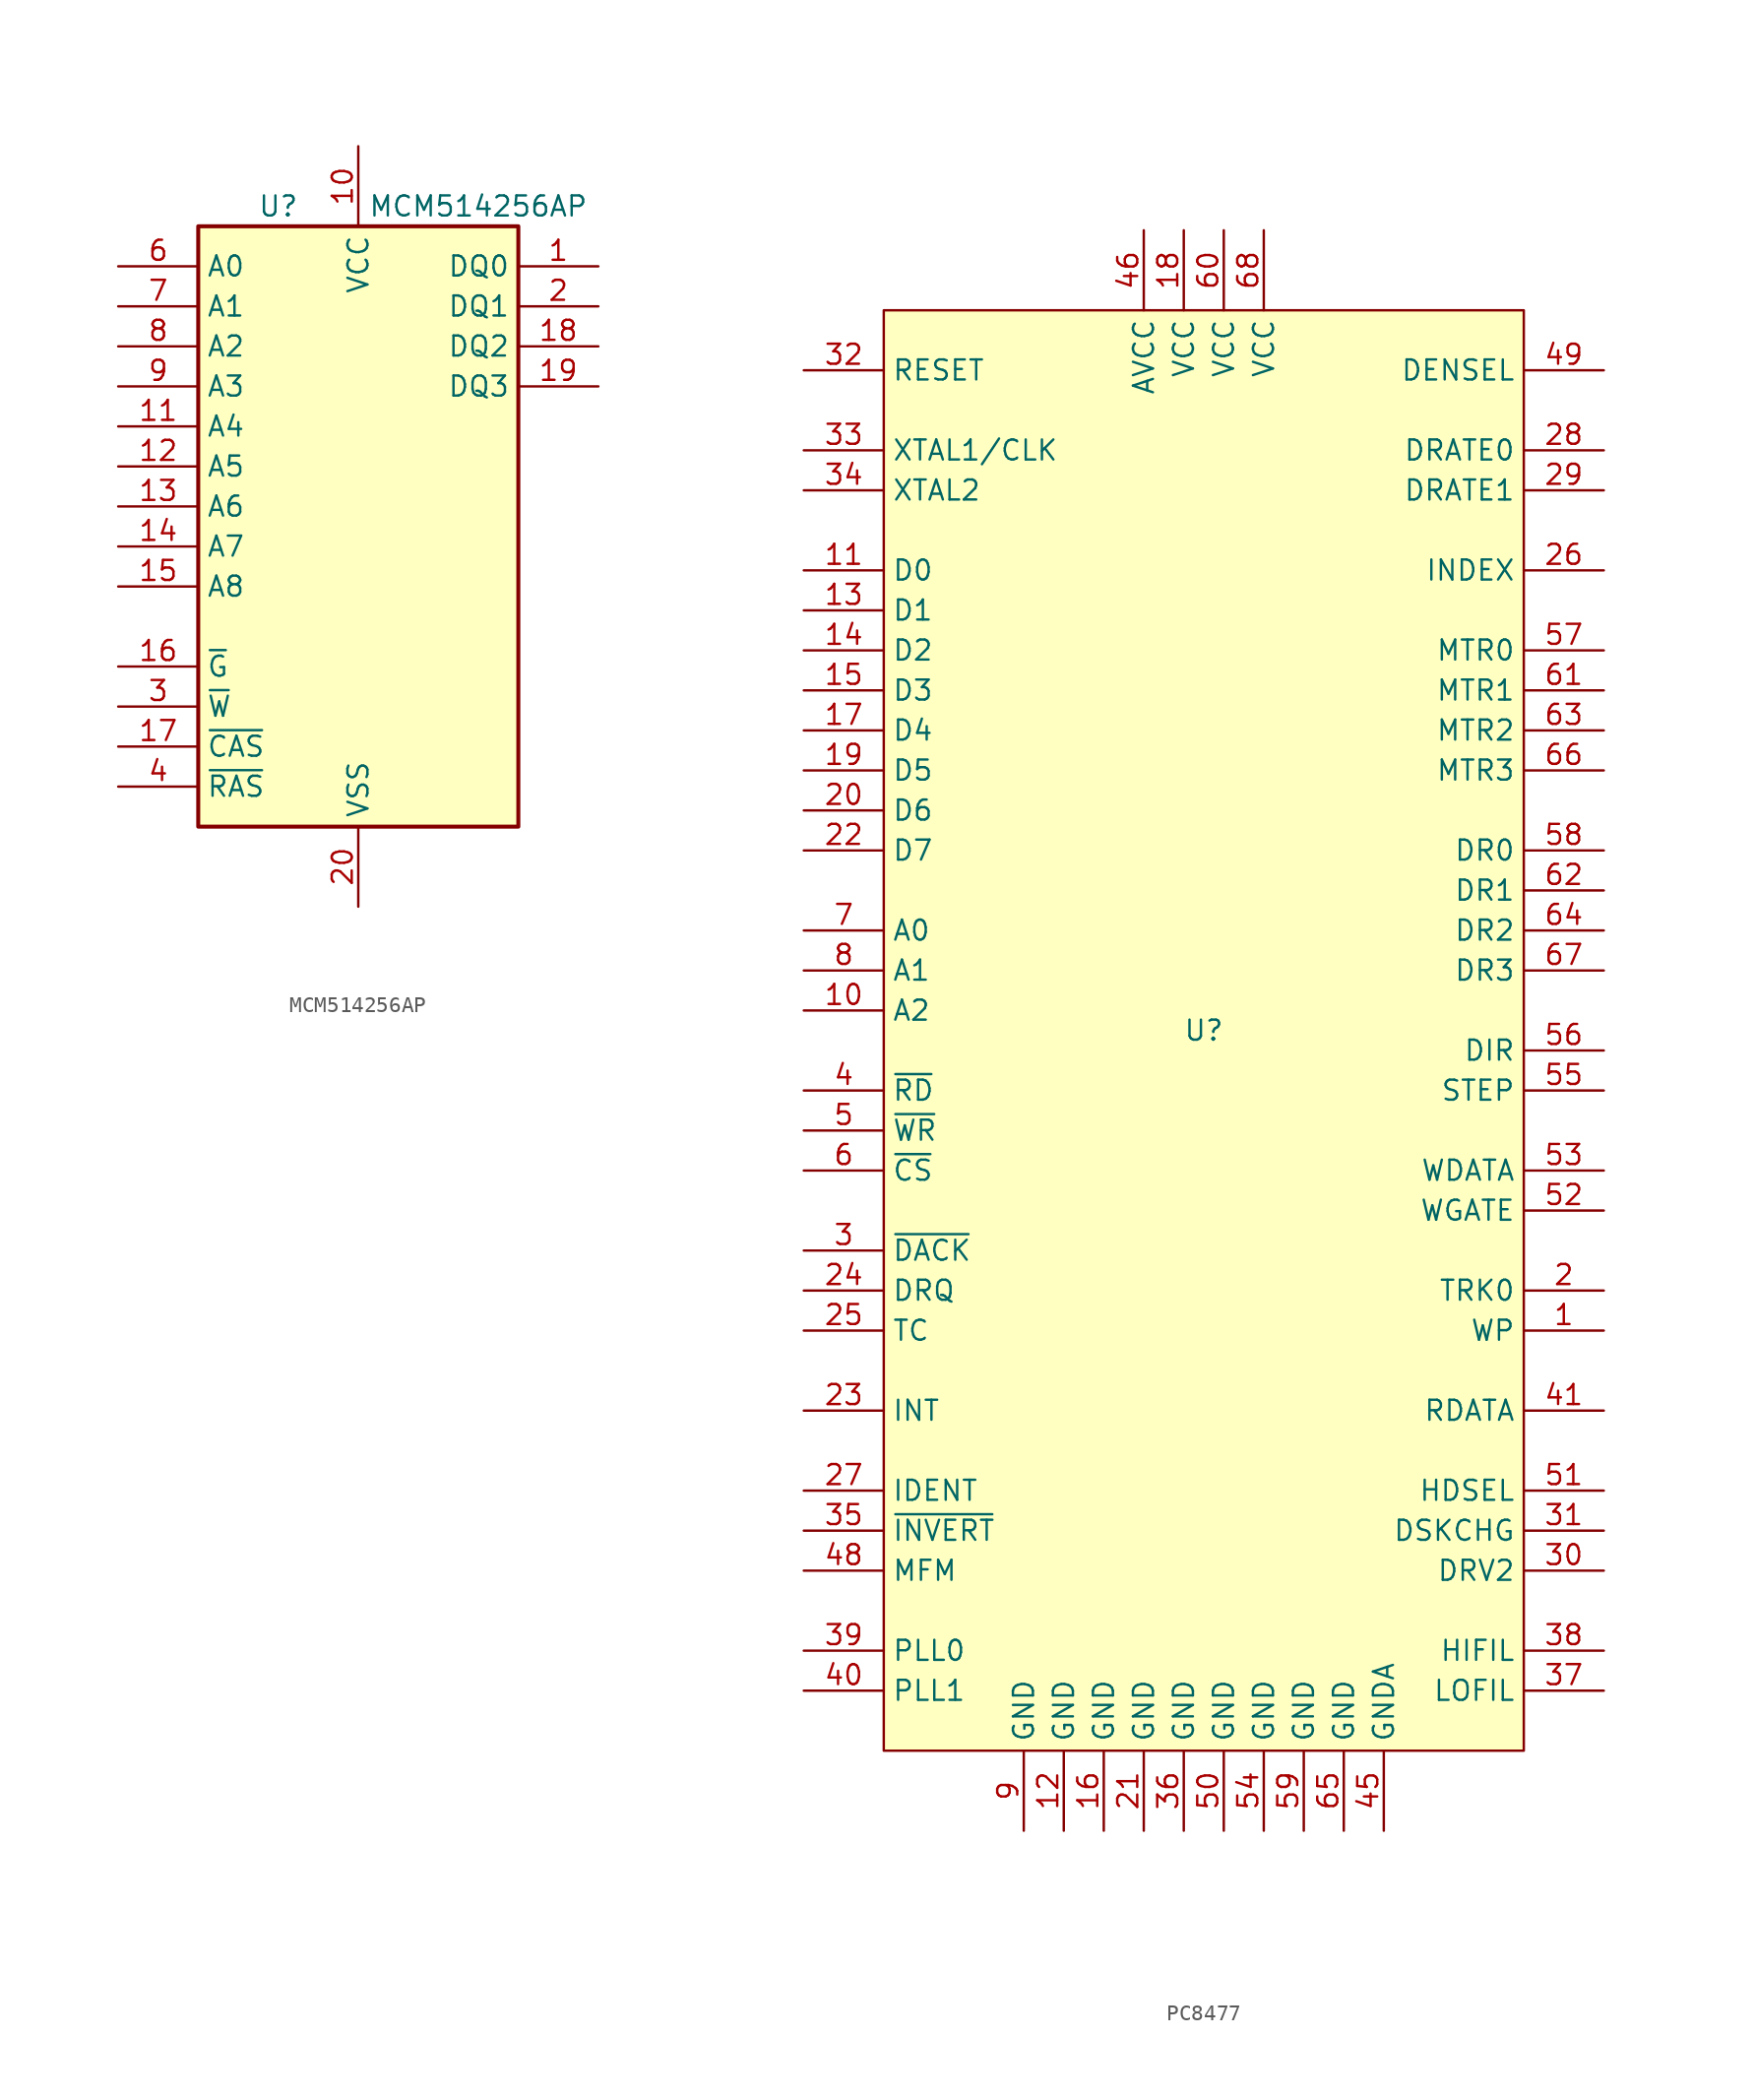
<source format=kicad_sym>
(kicad_symbol_lib
  (version 20231120)
  (generator "kicad_symbol_editor")
  (generator_version "8.0")
  (symbol "MCM514256AP"
    (property "Reference" "U"
      (at -5.08 20.32 0)
      (effects (font (size 1.27 1.27))))
    (property "Value" "MCM514256AP"
      (at 7.62 20.32 0)
      (effects (font (size 1.27 1.27))))
    (symbol "MCM514256AP_0_1"
      (rectangle (start -10.16 19.05) (end 10.16 -19.05) (stroke (width 0.254) (type default)) (fill (type background))))
    (symbol "MCM514256AP_1_1"
      (pin bidirectional line (at 15.24 16.51 180) (length 5.08) (name "DQ0" (effects (font (size 1.27 1.27)))) (number "1" (effects (font (size 1.27 1.27)))))
      (pin power_in line (at 0 24.13 270) (length 5.08) (name "VCC" (effects (font (size 1.27 1.27)))) (number "10" (effects (font (size 1.27 1.27)))))
      (pin input line (at -15.24 6.35 0) (length 5.08) (name "A4" (effects (font (size 1.27 1.27)))) (number "11" (effects (font (size 1.27 1.27)))))
      (pin input line (at -15.24 3.81 0) (length 5.08) (name "A5" (effects (font (size 1.27 1.27)))) (number "12" (effects (font (size 1.27 1.27)))))
      (pin input line (at -15.24 1.27 0) (length 5.08) (name "A6" (effects (font (size 1.27 1.27)))) (number "13" (effects (font (size 1.27 1.27)))))
      (pin input line (at -15.24 -1.27 0) (length 5.08) (name "A7" (effects (font (size 1.27 1.27)))) (number "14" (effects (font (size 1.27 1.27)))))
      (pin input line (at -15.24 -3.81 0) (length 5.08) (name "A8" (effects (font (size 1.27 1.27)))) (number "15" (effects (font (size 1.27 1.27)))))
      (pin input line (at -15.24 -8.89 0) (length 5.08) (name "~{G}" (effects (font (size 1.27 1.27)))) (number "16" (effects (font (size 1.27 1.27)))))
      (pin input line (at -15.24 -13.97 0) (length 5.08) (name "~{CAS}" (effects (font (size 1.27 1.27)))) (number "17" (effects (font (size 1.27 1.27)))))
      (pin bidirectional line (at 15.24 11.43 180) (length 5.08) (name "DQ2" (effects (font (size 1.27 1.27)))) (number "18" (effects (font (size 1.27 1.27)))))
      (pin bidirectional line (at 15.24 8.89 180) (length 5.08) (name "DQ3" (effects (font (size 1.27 1.27)))) (number "19" (effects (font (size 1.27 1.27)))))
      (pin bidirectional line (at 15.24 13.97 180) (length 5.08) (name "DQ1" (effects (font (size 1.27 1.27)))) (number "2" (effects (font (size 1.27 1.27)))))
      (pin power_in line (at 0 -24.13 90) (length 5.08) (name "VSS" (effects (font (size 1.27 1.27)))) (number "20" (effects (font (size 1.27 1.27)))))
      (pin input line (at -15.24 -11.43 0) (length 5.08) (name "~{W}" (effects (font (size 1.27 1.27)))) (number "3" (effects (font (size 1.27 1.27)))))
      (pin input line (at -15.24 -16.51 0) (length 5.08) (name "~{RAS}" (effects (font (size 1.27 1.27)))) (number "4" (effects (font (size 1.27 1.27)))))
      (pin no_connect line (at 10.16 -16.51 180) (length 2.54) hide (name "NC" (effects (font (size 1.27 1.27)))) (number "5" (effects (font (size 1.27 1.27)))))
      (pin input line (at -15.24 16.51 0) (length 5.08) (name "A0" (effects (font (size 1.27 1.27)))) (number "6" (effects (font (size 1.27 1.27)))))
      (pin input line (at -15.24 13.97 0) (length 5.08) (name "A1" (effects (font (size 1.27 1.27)))) (number "7" (effects (font (size 1.27 1.27)))))
      (pin input line (at -15.24 11.43 0) (length 5.08) (name "A2" (effects (font (size 1.27 1.27)))) (number "8" (effects (font (size 1.27 1.27)))))
      (pin input line (at -15.24 8.89 0) (length 5.08) (name "A3" (effects (font (size 1.27 1.27)))) (number "9" (effects (font (size 1.27 1.27)))))))
  (symbol "PC8477"
    (property "Reference" "U"
      (at 0 0 0)
      (effects (font (size 1.27 1.27))))
    (property "Value" ""
      (at 0 0 0)
      (effects (font (size 1.27 1.27))))
    (symbol "PC8477_1_1"
      (rectangle (start -20.32 45.72) (end 20.32 -45.72) (stroke (width 0) (type default)) (fill (type background)))
      (pin input line (at 25.4 -19.05 180) (length 5.08) (name "WP" (effects (font (size 1.27 1.27)))) (number "1" (effects (font (size 1.27 1.27)))))
      (pin input line (at -25.4 1.27 0) (length 5.08) (name "A2" (effects (font (size 1.27 1.27)))) (number "10" (effects (font (size 1.27 1.27)))))
      (pin bidirectional line (at -25.4 29.21 0) (length 5.08) (name "D0" (effects (font (size 1.27 1.27)))) (number "11" (effects (font (size 1.27 1.27)))))
      (pin power_in line (at -8.89 -50.8 90) (length 5.08) (name "GND" (effects (font (size 1.27 1.27)))) (number "12" (effects (font (size 1.27 1.27)))))
      (pin bidirectional line (at -25.4 26.67 0) (length 5.08) (name "D1" (effects (font (size 1.27 1.27)))) (number "13" (effects (font (size 1.27 1.27)))))
      (pin bidirectional line (at -25.4 24.13 0) (length 5.08) (name "D2" (effects (font (size 1.27 1.27)))) (number "14" (effects (font (size 1.27 1.27)))))
      (pin bidirectional line (at -25.4 21.59 0) (length 5.08) (name "D3" (effects (font (size 1.27 1.27)))) (number "15" (effects (font (size 1.27 1.27)))))
      (pin power_in line (at -6.35 -50.8 90) (length 5.08) (name "GND" (effects (font (size 1.27 1.27)))) (number "16" (effects (font (size 1.27 1.27)))))
      (pin bidirectional line (at -25.4 19.05 0) (length 5.08) (name "D4" (effects (font (size 1.27 1.27)))) (number "17" (effects (font (size 1.27 1.27)))))
      (pin power_in line (at -1.27 50.8 270) (length 5.08) (name "VCC" (effects (font (size 1.27 1.27)))) (number "18" (effects (font (size 1.27 1.27)))))
      (pin bidirectional line (at -25.4 16.51 0) (length 5.08) (name "D5" (effects (font (size 1.27 1.27)))) (number "19" (effects (font (size 1.27 1.27)))))
      (pin input line (at 25.4 -16.51 180) (length 5.08) (name "TRK0" (effects (font (size 1.27 1.27)))) (number "2" (effects (font (size 1.27 1.27)))))
      (pin bidirectional line (at -25.4 13.97 0) (length 5.08) (name "D6" (effects (font (size 1.27 1.27)))) (number "20" (effects (font (size 1.27 1.27)))))
      (pin power_in line (at -3.81 -50.8 90) (length 5.08) (name "GND" (effects (font (size 1.27 1.27)))) (number "21" (effects (font (size 1.27 1.27)))))
      (pin bidirectional line (at -25.4 11.43 0) (length 5.08) (name "D7" (effects (font (size 1.27 1.27)))) (number "22" (effects (font (size 1.27 1.27)))))
      (pin output line (at -25.4 -24.13 0) (length 5.08) (name "INT" (effects (font (size 1.27 1.27)))) (number "23" (effects (font (size 1.27 1.27)))))
      (pin output line (at -25.4 -16.51 0) (length 5.08) (name "DRQ" (effects (font (size 1.27 1.27)))) (number "24" (effects (font (size 1.27 1.27)))))
      (pin input line (at -25.4 -19.05 0) (length 5.08) (name "TC" (effects (font (size 1.27 1.27)))) (number "25" (effects (font (size 1.27 1.27)))))
      (pin input line (at 25.4 29.21 180) (length 5.08) (name "INDEX" (effects (font (size 1.27 1.27)))) (number "26" (effects (font (size 1.27 1.27)))))
      (pin input line (at -25.4 -29.21 0) (length 5.08) (name "IDENT" (effects (font (size 1.27 1.27)))) (number "27" (effects (font (size 1.27 1.27)))))
      (pin output line (at 25.4 36.83 180) (length 5.08) (name "DRATE0" (effects (font (size 1.27 1.27)))) (number "28" (effects (font (size 1.27 1.27)))))
      (pin output line (at 25.4 34.29 180) (length 5.08) (name "DRATE1" (effects (font (size 1.27 1.27)))) (number "29" (effects (font (size 1.27 1.27)))))
      (pin input line (at -25.4 -13.97 0) (length 5.08) (name "~{DACK}" (effects (font (size 1.27 1.27)))) (number "3" (effects (font (size 1.27 1.27)))))
      (pin input line (at 25.4 -34.29 180) (length 5.08) (name "DRV2" (effects (font (size 1.27 1.27)))) (number "30" (effects (font (size 1.27 1.27)))))
      (pin input line (at 25.4 -31.75 180) (length 5.08) (name "DSKCHG" (effects (font (size 1.27 1.27)))) (number "31" (effects (font (size 1.27 1.27)))))
      (pin input line (at -25.4 41.91 0) (length 5.08) (name "RESET" (effects (font (size 1.27 1.27)))) (number "32" (effects (font (size 1.27 1.27)))))
      (pin input line (at -25.4 36.83 0) (length 5.08) (name "XTAL1/CLK" (effects (font (size 1.27 1.27)))) (number "33" (effects (font (size 1.27 1.27)))))
      (pin output line (at -25.4 34.29 0) (length 5.08) (name "XTAL2" (effects (font (size 1.27 1.27)))) (number "34" (effects (font (size 1.27 1.27)))))
      (pin input line (at -25.4 -31.75 0) (length 5.08) (name "~{INVERT}" (effects (font (size 1.27 1.27)))) (number "35" (effects (font (size 1.27 1.27)))))
      (pin power_in line (at -1.27 -50.8 90) (length 5.08) (name "GND" (effects (font (size 1.27 1.27)))) (number "36" (effects (font (size 1.27 1.27)))))
      (pin passive line (at 25.4 -41.91 180) (length 5.08) (name "LOFIL" (effects (font (size 1.27 1.27)))) (number "37" (effects (font (size 1.27 1.27)))))
      (pin passive line (at 25.4 -39.37 180) (length 5.08) (name "HIFIL" (effects (font (size 1.27 1.27)))) (number "38" (effects (font (size 1.27 1.27)))))
      (pin passive line (at -25.4 -39.37 0) (length 5.08) (name "PLL0" (effects (font (size 1.27 1.27)))) (number "39" (effects (font (size 1.27 1.27)))))
      (pin input line (at -25.4 -3.81 0) (length 5.08) (name "~{RD}" (effects (font (size 1.27 1.27)))) (number "4" (effects (font (size 1.27 1.27)))))
      (pin passive line (at -25.4 -41.91 0) (length 5.08) (name "PLL1" (effects (font (size 1.27 1.27)))) (number "40" (effects (font (size 1.27 1.27)))))
      (pin input line (at 25.4 -24.13 180) (length 5.08) (name "RDATA" (effects (font (size 1.27 1.27)))) (number "41" (effects (font (size 1.27 1.27)))))
      (pin power_in line (at 11.43 -50.8 90) (length 5.08) (name "GNDA" (effects (font (size 1.27 1.27)))) (number "45" (effects (font (size 1.27 1.27)))))
      (pin power_in line (at -3.81 50.8 270) (length 5.08) (name "AVCC" (effects (font (size 1.27 1.27)))) (number "46" (effects (font (size 1.27 1.27)))))
      (pin input line (at -25.4 -34.29 0) (length 5.08) (name "MFM" (effects (font (size 1.27 1.27)))) (number "48" (effects (font (size 1.27 1.27)))))
      (pin output line (at 25.4 41.91 180) (length 5.08) (name "DENSEL" (effects (font (size 1.27 1.27)))) (number "49" (effects (font (size 1.27 1.27)))))
      (pin input line (at -25.4 -6.35 0) (length 5.08) (name "~{WR}" (effects (font (size 1.27 1.27)))) (number "5" (effects (font (size 1.27 1.27)))))
      (pin power_in line (at 1.27 -50.8 90) (length 5.08) (name "GND" (effects (font (size 1.27 1.27)))) (number "50" (effects (font (size 1.27 1.27)))))
      (pin output line (at 25.4 -29.21 180) (length 5.08) (name "HDSEL" (effects (font (size 1.27 1.27)))) (number "51" (effects (font (size 1.27 1.27)))))
      (pin output line (at 25.4 -11.43 180) (length 5.08) (name "WGATE" (effects (font (size 1.27 1.27)))) (number "52" (effects (font (size 1.27 1.27)))))
      (pin output line (at 25.4 -8.89 180) (length 5.08) (name "WDATA" (effects (font (size 1.27 1.27)))) (number "53" (effects (font (size 1.27 1.27)))))
      (pin power_in line (at 3.81 -50.8 90) (length 5.08) (name "GND" (effects (font (size 1.27 1.27)))) (number "54" (effects (font (size 1.27 1.27)))))
      (pin output line (at 25.4 -3.81 180) (length 5.08) (name "STEP" (effects (font (size 1.27 1.27)))) (number "55" (effects (font (size 1.27 1.27)))))
      (pin output line (at 25.4 -1.27 180) (length 5.08) (name "DIR" (effects (font (size 1.27 1.27)))) (number "56" (effects (font (size 1.27 1.27)))))
      (pin output line (at 25.4 24.13 180) (length 5.08) (name "MTR0" (effects (font (size 1.27 1.27)))) (number "57" (effects (font (size 1.27 1.27)))))
      (pin output line (at 25.4 11.43 180) (length 5.08) (name "DR0" (effects (font (size 1.27 1.27)))) (number "58" (effects (font (size 1.27 1.27)))))
      (pin power_in line (at 6.35 -50.8 90) (length 5.08) (name "GND" (effects (font (size 1.27 1.27)))) (number "59" (effects (font (size 1.27 1.27)))))
      (pin input line (at -25.4 -8.89 0) (length 5.08) (name "~{CS}" (effects (font (size 1.27 1.27)))) (number "6" (effects (font (size 1.27 1.27)))))
      (pin power_in line (at 1.27 50.8 270) (length 5.08) (name "VCC" (effects (font (size 1.27 1.27)))) (number "60" (effects (font (size 1.27 1.27)))))
      (pin output line (at 25.4 21.59 180) (length 5.08) (name "MTR1" (effects (font (size 1.27 1.27)))) (number "61" (effects (font (size 1.27 1.27)))))
      (pin output line (at 25.4 8.89 180) (length 5.08) (name "DR1" (effects (font (size 1.27 1.27)))) (number "62" (effects (font (size 1.27 1.27)))))
      (pin output line (at 25.4 19.05 180) (length 5.08) (name "MTR2" (effects (font (size 1.27 1.27)))) (number "63" (effects (font (size 1.27 1.27)))))
      (pin output line (at 25.4 6.35 180) (length 5.08) (name "DR2" (effects (font (size 1.27 1.27)))) (number "64" (effects (font (size 1.27 1.27)))))
      (pin power_in line (at 8.89 -50.8 90) (length 5.08) (name "GND" (effects (font (size 1.27 1.27)))) (number "65" (effects (font (size 1.27 1.27)))))
      (pin output line (at 25.4 16.51 180) (length 5.08) (name "MTR3" (effects (font (size 1.27 1.27)))) (number "66" (effects (font (size 1.27 1.27)))))
      (pin output line (at 25.4 3.81 180) (length 5.08) (name "DR3" (effects (font (size 1.27 1.27)))) (number "67" (effects (font (size 1.27 1.27)))))
      (pin power_in line (at 3.81 50.8 270) (length 5.08) (name "VCC" (effects (font (size 1.27 1.27)))) (number "68" (effects (font (size 1.27 1.27)))))
      (pin input line (at -25.4 6.35 0) (length 5.08) (name "A0" (effects (font (size 1.27 1.27)))) (number "7" (effects (font (size 1.27 1.27)))))
      (pin input line (at -25.4 3.81 0) (length 5.08) (name "A1" (effects (font (size 1.27 1.27)))) (number "8" (effects (font (size 1.27 1.27)))))
      (pin power_in line (at -11.43 -50.8 90) (length 5.08) (name "GND" (effects (font (size 1.27 1.27)))) (number "9" (effects (font (size 1.27 1.27))))))))
</source>
